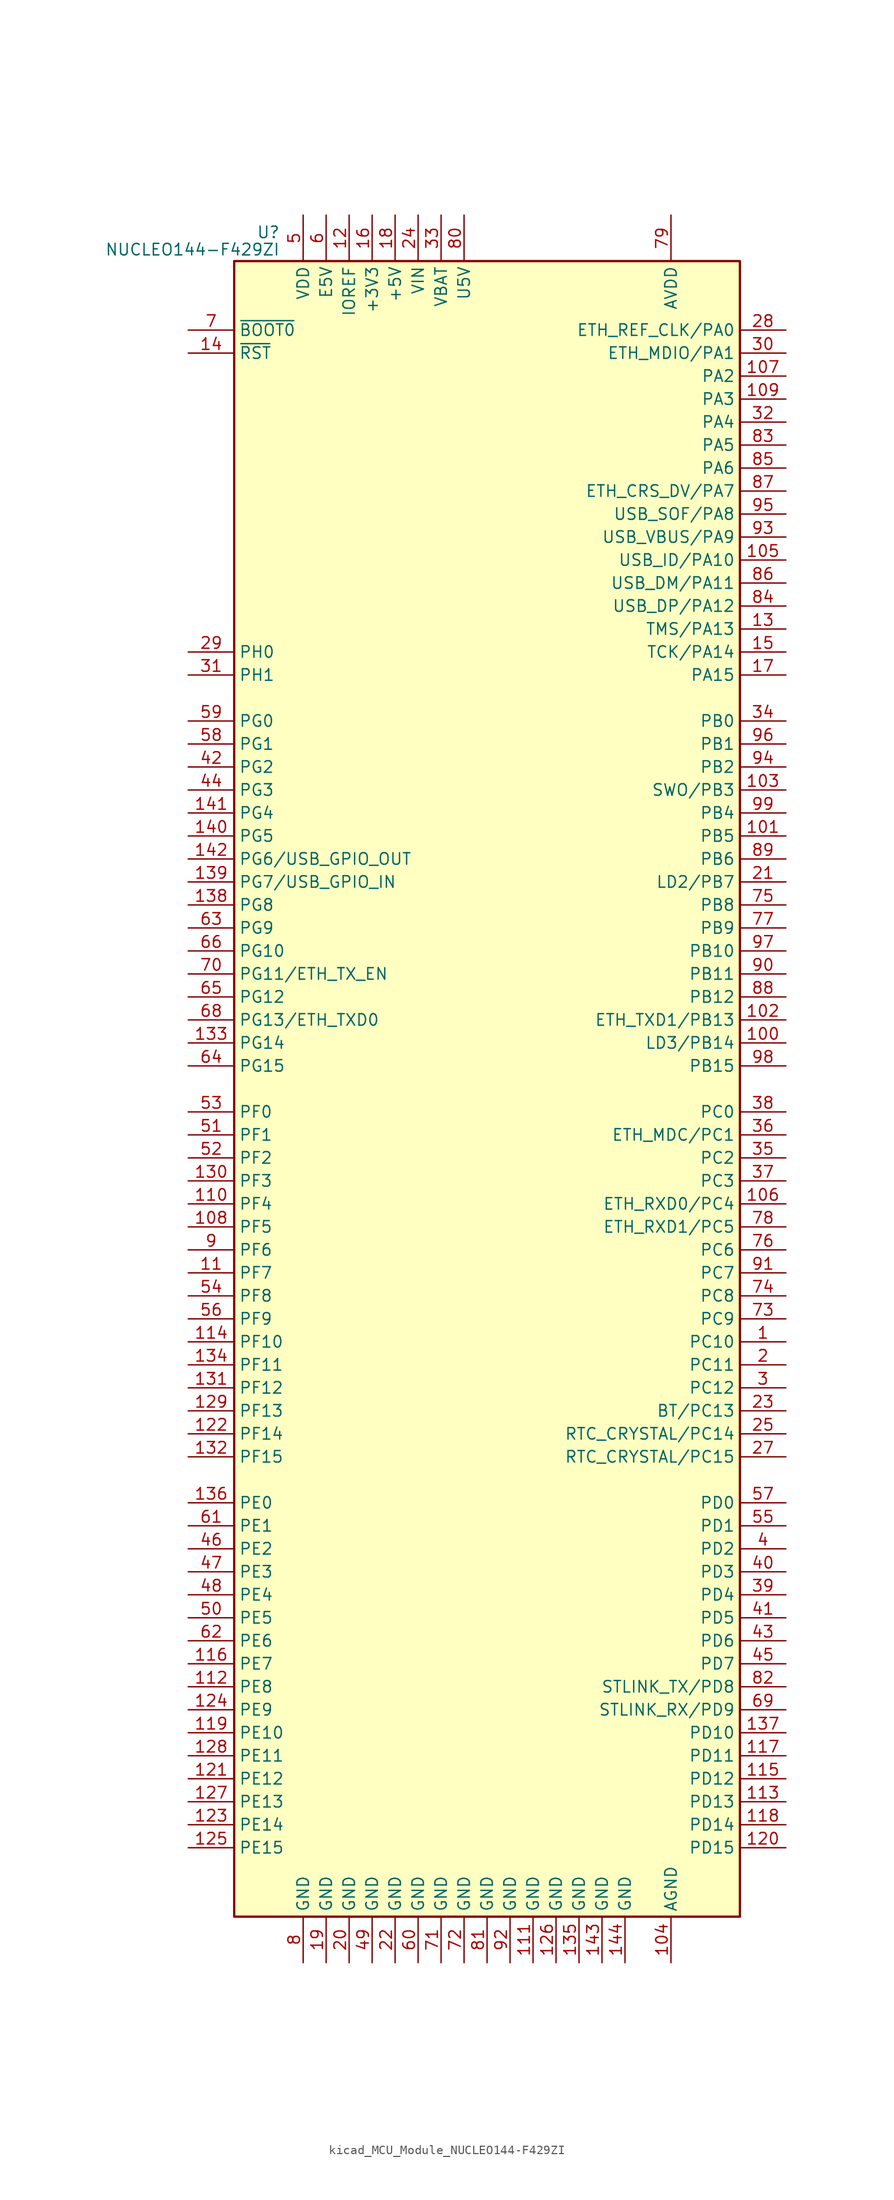
<source format=kicad_sym>
(kicad_symbol_lib
  (version 20220914)
  (generator kicad_symbol_editor)
  (symbol "kicad_MCU_Module_NUCLEO144-F429ZI"
    (property "Reference" "U"
      (at -22.86 94.615 0)
      (effects (font (size 1.27 1.27)) (justify right)))
    (property "Value" "NUCLEO144-F429ZI"
      (at -22.86 92.71 0)
      (effects (font (size 1.27 1.27)) (justify right)))
    (symbol "kicad_MCU_Module_NUCLEO144-F429ZI_0_1"
      (rectangle (start -27.94 -91.44) (end 27.94 91.44) (stroke (width 0.254) (type default)) (fill (type background))))
    (symbol "kicad_MCU_Module_NUCLEO144-F429ZI_1_1"
      (pin bidirectional line (at 33.02 -27.94 180) (length 5.08) (name "PC10" (effects (font (size 1.27 1.27)))) (number "1" (effects (font (size 1.27 1.27)))))
      (pin no_connect line (at -27.94 55.88 0) (length 5.08) hide (name "NC" (effects (font (size 1.27 1.27)))) (number "10" (effects (font (size 1.27 1.27)))))
      (pin bidirectional line (at 33.02 5.08 180) (length 5.08) (name "LD3/PB14" (effects (font (size 1.27 1.27)))) (number "100" (effects (font (size 1.27 1.27)))))
      (pin bidirectional line (at 33.02 27.94 180) (length 5.08) (name "PB5" (effects (font (size 1.27 1.27)))) (number "101" (effects (font (size 1.27 1.27)))))
      (pin bidirectional line (at 33.02 7.62 180) (length 5.08) (name "ETH_TXD1/PB13" (effects (font (size 1.27 1.27)))) (number "102" (effects (font (size 1.27 1.27)))))
      (pin bidirectional line (at 33.02 33.02 180) (length 5.08) (name "SWO/PB3" (effects (font (size 1.27 1.27)))) (number "103" (effects (font (size 1.27 1.27)))))
      (pin power_in line (at 20.32 -96.52 90) (length 5.08) (name "AGND" (effects (font (size 1.27 1.27)))) (number "104" (effects (font (size 1.27 1.27)))))
      (pin bidirectional line (at 33.02 58.42 180) (length 5.08) (name "USB_ID/PA10" (effects (font (size 1.27 1.27)))) (number "105" (effects (font (size 1.27 1.27)))))
      (pin bidirectional line (at 33.02 -12.7 180) (length 5.08) (name "ETH_RXD0/PC4" (effects (font (size 1.27 1.27)))) (number "106" (effects (font (size 1.27 1.27)))))
      (pin bidirectional line (at 33.02 78.74 180) (length 5.08) (name "PA2" (effects (font (size 1.27 1.27)))) (number "107" (effects (font (size 1.27 1.27)))))
      (pin bidirectional line (at -33.02 -15.24 0) (length 5.08) (name "PF5" (effects (font (size 1.27 1.27)))) (number "108" (effects (font (size 1.27 1.27)))))
      (pin bidirectional line (at 33.02 76.2 180) (length 5.08) (name "PA3" (effects (font (size 1.27 1.27)))) (number "109" (effects (font (size 1.27 1.27)))))
      (pin bidirectional line (at -33.02 -20.32 0) (length 5.08) (name "PF7" (effects (font (size 1.27 1.27)))) (number "11" (effects (font (size 1.27 1.27)))))
      (pin bidirectional line (at -33.02 -12.7 0) (length 5.08) (name "PF4" (effects (font (size 1.27 1.27)))) (number "110" (effects (font (size 1.27 1.27)))))
      (pin power_in line (at 5.08 -96.52 90) (length 5.08) (name "GND" (effects (font (size 1.27 1.27)))) (number "111" (effects (font (size 1.27 1.27)))))
      (pin bidirectional line (at -33.02 -66.04 0) (length 5.08) (name "PE8" (effects (font (size 1.27 1.27)))) (number "112" (effects (font (size 1.27 1.27)))))
      (pin bidirectional line (at 33.02 -78.74 180) (length 5.08) (name "PD13" (effects (font (size 1.27 1.27)))) (number "113" (effects (font (size 1.27 1.27)))))
      (pin bidirectional line (at -33.02 -27.94 0) (length 5.08) (name "PF10" (effects (font (size 1.27 1.27)))) (number "114" (effects (font (size 1.27 1.27)))))
      (pin bidirectional line (at 33.02 -76.2 180) (length 5.08) (name "PD12" (effects (font (size 1.27 1.27)))) (number "115" (effects (font (size 1.27 1.27)))))
      (pin bidirectional line (at -33.02 -63.5 0) (length 5.08) (name "PE7" (effects (font (size 1.27 1.27)))) (number "116" (effects (font (size 1.27 1.27)))))
      (pin bidirectional line (at 33.02 -73.66 180) (length 5.08) (name "PD11" (effects (font (size 1.27 1.27)))) (number "117" (effects (font (size 1.27 1.27)))))
      (pin bidirectional line (at 33.02 -81.28 180) (length 5.08) (name "PD14" (effects (font (size 1.27 1.27)))) (number "118" (effects (font (size 1.27 1.27)))))
      (pin bidirectional line (at -33.02 -71.12 0) (length 5.08) (name "PE10" (effects (font (size 1.27 1.27)))) (number "119" (effects (font (size 1.27 1.27)))))
      (pin power_in line (at -15.24 96.52 270) (length 5.08) (name "IOREF" (effects (font (size 1.27 1.27)))) (number "12" (effects (font (size 1.27 1.27)))))
      (pin bidirectional line (at 33.02 -83.82 180) (length 5.08) (name "PD15" (effects (font (size 1.27 1.27)))) (number "120" (effects (font (size 1.27 1.27)))))
      (pin bidirectional line (at -33.02 -76.2 0) (length 5.08) (name "PE12" (effects (font (size 1.27 1.27)))) (number "121" (effects (font (size 1.27 1.27)))))
      (pin bidirectional line (at -33.02 -38.1 0) (length 5.08) (name "PF14" (effects (font (size 1.27 1.27)))) (number "122" (effects (font (size 1.27 1.27)))))
      (pin bidirectional line (at -33.02 -81.28 0) (length 5.08) (name "PE14" (effects (font (size 1.27 1.27)))) (number "123" (effects (font (size 1.27 1.27)))))
      (pin bidirectional line (at -33.02 -68.58 0) (length 5.08) (name "PE9" (effects (font (size 1.27 1.27)))) (number "124" (effects (font (size 1.27 1.27)))))
      (pin bidirectional line (at -33.02 -83.82 0) (length 5.08) (name "PE15" (effects (font (size 1.27 1.27)))) (number "125" (effects (font (size 1.27 1.27)))))
      (pin power_in line (at 7.62 -96.52 90) (length 5.08) (name "GND" (effects (font (size 1.27 1.27)))) (number "126" (effects (font (size 1.27 1.27)))))
      (pin bidirectional line (at -33.02 -78.74 0) (length 5.08) (name "PE13" (effects (font (size 1.27 1.27)))) (number "127" (effects (font (size 1.27 1.27)))))
      (pin bidirectional line (at -33.02 -73.66 0) (length 5.08) (name "PE11" (effects (font (size 1.27 1.27)))) (number "128" (effects (font (size 1.27 1.27)))))
      (pin bidirectional line (at -33.02 -35.56 0) (length 5.08) (name "PF13" (effects (font (size 1.27 1.27)))) (number "129" (effects (font (size 1.27 1.27)))))
      (pin bidirectional line (at 33.02 50.8 180) (length 5.08) (name "TMS/PA13" (effects (font (size 1.27 1.27)))) (number "13" (effects (font (size 1.27 1.27)))))
      (pin bidirectional line (at -33.02 -10.16 0) (length 5.08) (name "PF3" (effects (font (size 1.27 1.27)))) (number "130" (effects (font (size 1.27 1.27)))))
      (pin bidirectional line (at -33.02 -33.02 0) (length 5.08) (name "PF12" (effects (font (size 1.27 1.27)))) (number "131" (effects (font (size 1.27 1.27)))))
      (pin bidirectional line (at -33.02 -40.64 0) (length 5.08) (name "PF15" (effects (font (size 1.27 1.27)))) (number "132" (effects (font (size 1.27 1.27)))))
      (pin bidirectional line (at -33.02 5.08 0) (length 5.08) (name "PG14" (effects (font (size 1.27 1.27)))) (number "133" (effects (font (size 1.27 1.27)))))
      (pin bidirectional line (at -33.02 -30.48 0) (length 5.08) (name "PF11" (effects (font (size 1.27 1.27)))) (number "134" (effects (font (size 1.27 1.27)))))
      (pin power_in line (at 10.16 -96.52 90) (length 5.08) (name "GND" (effects (font (size 1.27 1.27)))) (number "135" (effects (font (size 1.27 1.27)))))
      (pin bidirectional line (at -33.02 -45.72 0) (length 5.08) (name "PE0" (effects (font (size 1.27 1.27)))) (number "136" (effects (font (size 1.27 1.27)))))
      (pin bidirectional line (at 33.02 -71.12 180) (length 5.08) (name "PD10" (effects (font (size 1.27 1.27)))) (number "137" (effects (font (size 1.27 1.27)))))
      (pin bidirectional line (at -33.02 20.32 0) (length 5.08) (name "PG8" (effects (font (size 1.27 1.27)))) (number "138" (effects (font (size 1.27 1.27)))))
      (pin bidirectional line (at -33.02 22.86 0) (length 5.08) (name "PG7/USB_GPIO_IN" (effects (font (size 1.27 1.27)))) (number "139" (effects (font (size 1.27 1.27)))))
      (pin input line (at -33.02 81.28 0) (length 5.08) (name "~{RST}" (effects (font (size 1.27 1.27)))) (number "14" (effects (font (size 1.27 1.27)))))
      (pin bidirectional line (at -33.02 27.94 0) (length 5.08) (name "PG5" (effects (font (size 1.27 1.27)))) (number "140" (effects (font (size 1.27 1.27)))))
      (pin bidirectional line (at -33.02 30.48 0) (length 5.08) (name "PG4" (effects (font (size 1.27 1.27)))) (number "141" (effects (font (size 1.27 1.27)))))
      (pin bidirectional line (at -33.02 25.4 0) (length 5.08) (name "PG6/USB_GPIO_OUT" (effects (font (size 1.27 1.27)))) (number "142" (effects (font (size 1.27 1.27)))))
      (pin power_in line (at 12.7 -96.52 90) (length 5.08) (name "GND" (effects (font (size 1.27 1.27)))) (number "143" (effects (font (size 1.27 1.27)))))
      (pin power_in line (at 15.24 -96.52 90) (length 5.08) (name "GND" (effects (font (size 1.27 1.27)))) (number "144" (effects (font (size 1.27 1.27)))))
      (pin bidirectional line (at 33.02 48.26 180) (length 5.08) (name "TCK/PA14" (effects (font (size 1.27 1.27)))) (number "15" (effects (font (size 1.27 1.27)))))
      (pin power_in line (at -12.7 96.52 270) (length 5.08) (name "+3V3" (effects (font (size 1.27 1.27)))) (number "16" (effects (font (size 1.27 1.27)))))
      (pin bidirectional line (at 33.02 45.72 180) (length 5.08) (name "PA15" (effects (font (size 1.27 1.27)))) (number "17" (effects (font (size 1.27 1.27)))))
      (pin power_in line (at -10.16 96.52 270) (length 5.08) (name "+5V" (effects (font (size 1.27 1.27)))) (number "18" (effects (font (size 1.27 1.27)))))
      (pin power_in line (at -17.78 -96.52 90) (length 5.08) (name "GND" (effects (font (size 1.27 1.27)))) (number "19" (effects (font (size 1.27 1.27)))))
      (pin bidirectional line (at 33.02 -30.48 180) (length 5.08) (name "PC11" (effects (font (size 1.27 1.27)))) (number "2" (effects (font (size 1.27 1.27)))))
      (pin power_in line (at -15.24 -96.52 90) (length 5.08) (name "GND" (effects (font (size 1.27 1.27)))) (number "20" (effects (font (size 1.27 1.27)))))
      (pin bidirectional line (at 33.02 22.86 180) (length 5.08) (name "LD2/PB7" (effects (font (size 1.27 1.27)))) (number "21" (effects (font (size 1.27 1.27)))))
      (pin power_in line (at -10.16 -96.52 90) (length 5.08) (name "GND" (effects (font (size 1.27 1.27)))) (number "22" (effects (font (size 1.27 1.27)))))
      (pin bidirectional line (at 33.02 -35.56 180) (length 5.08) (name "BT/PC13" (effects (font (size 1.27 1.27)))) (number "23" (effects (font (size 1.27 1.27)))))
      (pin power_in line (at -7.62 96.52 270) (length 5.08) (name "VIN" (effects (font (size 1.27 1.27)))) (number "24" (effects (font (size 1.27 1.27)))))
      (pin bidirectional line (at 33.02 -38.1 180) (length 5.08) (name "RTC_CRYSTAL/PC14" (effects (font (size 1.27 1.27)))) (number "25" (effects (font (size 1.27 1.27)))))
      (pin no_connect line (at -27.94 58.42 0) (length 5.08) hide (name "NC" (effects (font (size 1.27 1.27)))) (number "26" (effects (font (size 1.27 1.27)))))
      (pin bidirectional line (at 33.02 -40.64 180) (length 5.08) (name "RTC_CRYSTAL/PC15" (effects (font (size 1.27 1.27)))) (number "27" (effects (font (size 1.27 1.27)))))
      (pin bidirectional line (at 33.02 83.82 180) (length 5.08) (name "ETH_REF_CLK/PA0" (effects (font (size 1.27 1.27)))) (number "28" (effects (font (size 1.27 1.27)))))
      (pin bidirectional line (at -33.02 48.26 0) (length 5.08) (name "PH0" (effects (font (size 1.27 1.27)))) (number "29" (effects (font (size 1.27 1.27)))))
      (pin bidirectional line (at 33.02 -33.02 180) (length 5.08) (name "PC12" (effects (font (size 1.27 1.27)))) (number "3" (effects (font (size 1.27 1.27)))))
      (pin bidirectional line (at 33.02 81.28 180) (length 5.08) (name "ETH_MDIO/PA1" (effects (font (size 1.27 1.27)))) (number "30" (effects (font (size 1.27 1.27)))))
      (pin bidirectional line (at -33.02 45.72 0) (length 5.08) (name "PH1" (effects (font (size 1.27 1.27)))) (number "31" (effects (font (size 1.27 1.27)))))
      (pin bidirectional line (at 33.02 73.66 180) (length 5.08) (name "PA4" (effects (font (size 1.27 1.27)))) (number "32" (effects (font (size 1.27 1.27)))))
      (pin power_in line (at -5.08 96.52 270) (length 5.08) (name "VBAT" (effects (font (size 1.27 1.27)))) (number "33" (effects (font (size 1.27 1.27)))))
      (pin bidirectional line (at 33.02 40.64 180) (length 5.08) (name "PB0" (effects (font (size 1.27 1.27)))) (number "34" (effects (font (size 1.27 1.27)))))
      (pin bidirectional line (at 33.02 -7.62 180) (length 5.08) (name "PC2" (effects (font (size 1.27 1.27)))) (number "35" (effects (font (size 1.27 1.27)))))
      (pin bidirectional line (at 33.02 -5.08 180) (length 5.08) (name "ETH_MDC/PC1" (effects (font (size 1.27 1.27)))) (number "36" (effects (font (size 1.27 1.27)))))
      (pin bidirectional line (at 33.02 -10.16 180) (length 5.08) (name "PC3" (effects (font (size 1.27 1.27)))) (number "37" (effects (font (size 1.27 1.27)))))
      (pin bidirectional line (at 33.02 -2.54 180) (length 5.08) (name "PC0" (effects (font (size 1.27 1.27)))) (number "38" (effects (font (size 1.27 1.27)))))
      (pin bidirectional line (at 33.02 -55.88 180) (length 5.08) (name "PD4" (effects (font (size 1.27 1.27)))) (number "39" (effects (font (size 1.27 1.27)))))
      (pin bidirectional line (at 33.02 -50.8 180) (length 5.08) (name "PD2" (effects (font (size 1.27 1.27)))) (number "4" (effects (font (size 1.27 1.27)))))
      (pin bidirectional line (at 33.02 -53.34 180) (length 5.08) (name "PD3" (effects (font (size 1.27 1.27)))) (number "40" (effects (font (size 1.27 1.27)))))
      (pin bidirectional line (at 33.02 -58.42 180) (length 5.08) (name "PD5" (effects (font (size 1.27 1.27)))) (number "41" (effects (font (size 1.27 1.27)))))
      (pin bidirectional line (at -33.02 35.56 0) (length 5.08) (name "PG2" (effects (font (size 1.27 1.27)))) (number "42" (effects (font (size 1.27 1.27)))))
      (pin bidirectional line (at 33.02 -60.96 180) (length 5.08) (name "PD6" (effects (font (size 1.27 1.27)))) (number "43" (effects (font (size 1.27 1.27)))))
      (pin bidirectional line (at -33.02 33.02 0) (length 5.08) (name "PG3" (effects (font (size 1.27 1.27)))) (number "44" (effects (font (size 1.27 1.27)))))
      (pin bidirectional line (at 33.02 -63.5 180) (length 5.08) (name "PD7" (effects (font (size 1.27 1.27)))) (number "45" (effects (font (size 1.27 1.27)))))
      (pin bidirectional line (at -33.02 -50.8 0) (length 5.08) (name "PE2" (effects (font (size 1.27 1.27)))) (number "46" (effects (font (size 1.27 1.27)))))
      (pin bidirectional line (at -33.02 -53.34 0) (length 5.08) (name "PE3" (effects (font (size 1.27 1.27)))) (number "47" (effects (font (size 1.27 1.27)))))
      (pin bidirectional line (at -33.02 -55.88 0) (length 5.08) (name "PE4" (effects (font (size 1.27 1.27)))) (number "48" (effects (font (size 1.27 1.27)))))
      (pin power_in line (at -12.7 -96.52 90) (length 5.08) (name "GND" (effects (font (size 1.27 1.27)))) (number "49" (effects (font (size 1.27 1.27)))))
      (pin power_in line (at -20.32 96.52 270) (length 5.08) (name "VDD" (effects (font (size 1.27 1.27)))) (number "5" (effects (font (size 1.27 1.27)))))
      (pin bidirectional line (at -33.02 -58.42 0) (length 5.08) (name "PE5" (effects (font (size 1.27 1.27)))) (number "50" (effects (font (size 1.27 1.27)))))
      (pin bidirectional line (at -33.02 -5.08 0) (length 5.08) (name "PF1" (effects (font (size 1.27 1.27)))) (number "51" (effects (font (size 1.27 1.27)))))
      (pin bidirectional line (at -33.02 -7.62 0) (length 5.08) (name "PF2" (effects (font (size 1.27 1.27)))) (number "52" (effects (font (size 1.27 1.27)))))
      (pin bidirectional line (at -33.02 -2.54 0) (length 5.08) (name "PF0" (effects (font (size 1.27 1.27)))) (number "53" (effects (font (size 1.27 1.27)))))
      (pin bidirectional line (at -33.02 -22.86 0) (length 5.08) (name "PF8" (effects (font (size 1.27 1.27)))) (number "54" (effects (font (size 1.27 1.27)))))
      (pin bidirectional line (at 33.02 -48.26 180) (length 5.08) (name "PD1" (effects (font (size 1.27 1.27)))) (number "55" (effects (font (size 1.27 1.27)))))
      (pin bidirectional line (at -33.02 -25.4 0) (length 5.08) (name "PF9" (effects (font (size 1.27 1.27)))) (number "56" (effects (font (size 1.27 1.27)))))
      (pin bidirectional line (at 33.02 -45.72 180) (length 5.08) (name "PD0" (effects (font (size 1.27 1.27)))) (number "57" (effects (font (size 1.27 1.27)))))
      (pin bidirectional line (at -33.02 38.1 0) (length 5.08) (name "PG1" (effects (font (size 1.27 1.27)))) (number "58" (effects (font (size 1.27 1.27)))))
      (pin bidirectional line (at -33.02 40.64 0) (length 5.08) (name "PG0" (effects (font (size 1.27 1.27)))) (number "59" (effects (font (size 1.27 1.27)))))
      (pin power_in line (at -17.78 96.52 270) (length 5.08) (name "E5V" (effects (font (size 1.27 1.27)))) (number "6" (effects (font (size 1.27 1.27)))))
      (pin power_in line (at -7.62 -96.52 90) (length 5.08) (name "GND" (effects (font (size 1.27 1.27)))) (number "60" (effects (font (size 1.27 1.27)))))
      (pin bidirectional line (at -33.02 -48.26 0) (length 5.08) (name "PE1" (effects (font (size 1.27 1.27)))) (number "61" (effects (font (size 1.27 1.27)))))
      (pin bidirectional line (at -33.02 -60.96 0) (length 5.08) (name "PE6" (effects (font (size 1.27 1.27)))) (number "62" (effects (font (size 1.27 1.27)))))
      (pin bidirectional line (at -33.02 17.78 0) (length 5.08) (name "PG9" (effects (font (size 1.27 1.27)))) (number "63" (effects (font (size 1.27 1.27)))))
      (pin bidirectional line (at -33.02 2.54 0) (length 5.08) (name "PG15" (effects (font (size 1.27 1.27)))) (number "64" (effects (font (size 1.27 1.27)))))
      (pin bidirectional line (at -33.02 10.16 0) (length 5.08) (name "PG12" (effects (font (size 1.27 1.27)))) (number "65" (effects (font (size 1.27 1.27)))))
      (pin bidirectional line (at -33.02 15.24 0) (length 5.08) (name "PG10" (effects (font (size 1.27 1.27)))) (number "66" (effects (font (size 1.27 1.27)))))
      (pin no_connect line (at -27.94 53.34 0) (length 5.08) hide (name "NC" (effects (font (size 1.27 1.27)))) (number "67" (effects (font (size 1.27 1.27)))))
      (pin bidirectional line (at -33.02 7.62 0) (length 5.08) (name "PG13/ETH_TXD0" (effects (font (size 1.27 1.27)))) (number "68" (effects (font (size 1.27 1.27)))))
      (pin bidirectional line (at 33.02 -68.58 180) (length 5.08) (name "STLINK_RX/PD9" (effects (font (size 1.27 1.27)))) (number "69" (effects (font (size 1.27 1.27)))))
      (pin input line (at -33.02 83.82 0) (length 5.08) (name "~{BOOT0}" (effects (font (size 1.27 1.27)))) (number "7" (effects (font (size 1.27 1.27)))))
      (pin bidirectional line (at -33.02 12.7 0) (length 5.08) (name "PG11/ETH_TX_EN" (effects (font (size 1.27 1.27)))) (number "70" (effects (font (size 1.27 1.27)))))
      (pin power_in line (at -5.08 -96.52 90) (length 5.08) (name "GND" (effects (font (size 1.27 1.27)))) (number "71" (effects (font (size 1.27 1.27)))))
      (pin power_in line (at -2.54 -96.52 90) (length 5.08) (name "GND" (effects (font (size 1.27 1.27)))) (number "72" (effects (font (size 1.27 1.27)))))
      (pin bidirectional line (at 33.02 -25.4 180) (length 5.08) (name "PC9" (effects (font (size 1.27 1.27)))) (number "73" (effects (font (size 1.27 1.27)))))
      (pin bidirectional line (at 33.02 -22.86 180) (length 5.08) (name "PC8" (effects (font (size 1.27 1.27)))) (number "74" (effects (font (size 1.27 1.27)))))
      (pin bidirectional line (at 33.02 20.32 180) (length 5.08) (name "PB8" (effects (font (size 1.27 1.27)))) (number "75" (effects (font (size 1.27 1.27)))))
      (pin bidirectional line (at 33.02 -17.78 180) (length 5.08) (name "PC6" (effects (font (size 1.27 1.27)))) (number "76" (effects (font (size 1.27 1.27)))))
      (pin bidirectional line (at 33.02 17.78 180) (length 5.08) (name "PB9" (effects (font (size 1.27 1.27)))) (number "77" (effects (font (size 1.27 1.27)))))
      (pin bidirectional line (at 33.02 -15.24 180) (length 5.08) (name "ETH_RXD1/PC5" (effects (font (size 1.27 1.27)))) (number "78" (effects (font (size 1.27 1.27)))))
      (pin power_in line (at 20.32 96.52 270) (length 5.08) (name "AVDD" (effects (font (size 1.27 1.27)))) (number "79" (effects (font (size 1.27 1.27)))))
      (pin power_in line (at -20.32 -96.52 90) (length 5.08) (name "GND" (effects (font (size 1.27 1.27)))) (number "8" (effects (font (size 1.27 1.27)))))
      (pin power_in line (at -2.54 96.52 270) (length 5.08) (name "U5V" (effects (font (size 1.27 1.27)))) (number "80" (effects (font (size 1.27 1.27)))))
      (pin power_in line (at 0 -96.52 90) (length 5.08) (name "GND" (effects (font (size 1.27 1.27)))) (number "81" (effects (font (size 1.27 1.27)))))
      (pin bidirectional line (at 33.02 -66.04 180) (length 5.08) (name "STLINK_TX/PD8" (effects (font (size 1.27 1.27)))) (number "82" (effects (font (size 1.27 1.27)))))
      (pin bidirectional line (at 33.02 71.12 180) (length 5.08) (name "PA5" (effects (font (size 1.27 1.27)))) (number "83" (effects (font (size 1.27 1.27)))))
      (pin bidirectional line (at 33.02 53.34 180) (length 5.08) (name "USB_DP/PA12" (effects (font (size 1.27 1.27)))) (number "84" (effects (font (size 1.27 1.27)))))
      (pin bidirectional line (at 33.02 68.58 180) (length 5.08) (name "PA6" (effects (font (size 1.27 1.27)))) (number "85" (effects (font (size 1.27 1.27)))))
      (pin bidirectional line (at 33.02 55.88 180) (length 5.08) (name "USB_DM/PA11" (effects (font (size 1.27 1.27)))) (number "86" (effects (font (size 1.27 1.27)))))
      (pin bidirectional line (at 33.02 66.04 180) (length 5.08) (name "ETH_CRS_DV/PA7" (effects (font (size 1.27 1.27)))) (number "87" (effects (font (size 1.27 1.27)))))
      (pin bidirectional line (at 33.02 10.16 180) (length 5.08) (name "PB12" (effects (font (size 1.27 1.27)))) (number "88" (effects (font (size 1.27 1.27)))))
      (pin bidirectional line (at 33.02 25.4 180) (length 5.08) (name "PB6" (effects (font (size 1.27 1.27)))) (number "89" (effects (font (size 1.27 1.27)))))
      (pin bidirectional line (at -33.02 -17.78 0) (length 5.08) (name "PF6" (effects (font (size 1.27 1.27)))) (number "9" (effects (font (size 1.27 1.27)))))
      (pin bidirectional line (at 33.02 12.7 180) (length 5.08) (name "PB11" (effects (font (size 1.27 1.27)))) (number "90" (effects (font (size 1.27 1.27)))))
      (pin bidirectional line (at 33.02 -20.32 180) (length 5.08) (name "PC7" (effects (font (size 1.27 1.27)))) (number "91" (effects (font (size 1.27 1.27)))))
      (pin power_in line (at 2.54 -96.52 90) (length 5.08) (name "GND" (effects (font (size 1.27 1.27)))) (number "92" (effects (font (size 1.27 1.27)))))
      (pin bidirectional line (at 33.02 60.96 180) (length 5.08) (name "USB_VBUS/PA9" (effects (font (size 1.27 1.27)))) (number "93" (effects (font (size 1.27 1.27)))))
      (pin bidirectional line (at 33.02 35.56 180) (length 5.08) (name "PB2" (effects (font (size 1.27 1.27)))) (number "94" (effects (font (size 1.27 1.27)))))
      (pin bidirectional line (at 33.02 63.5 180) (length 5.08) (name "USB_SOF/PA8" (effects (font (size 1.27 1.27)))) (number "95" (effects (font (size 1.27 1.27)))))
      (pin bidirectional line (at 33.02 38.1 180) (length 5.08) (name "PB1" (effects (font (size 1.27 1.27)))) (number "96" (effects (font (size 1.27 1.27)))))
      (pin bidirectional line (at 33.02 15.24 180) (length 5.08) (name "PB10" (effects (font (size 1.27 1.27)))) (number "97" (effects (font (size 1.27 1.27)))))
      (pin bidirectional line (at 33.02 2.54 180) (length 5.08) (name "PB15" (effects (font (size 1.27 1.27)))) (number "98" (effects (font (size 1.27 1.27)))))
      (pin bidirectional line (at 33.02 30.48 180) (length 5.08) (name "PB4" (effects (font (size 1.27 1.27)))) (number "99" (effects (font (size 1.27 1.27))))))))
</source>
